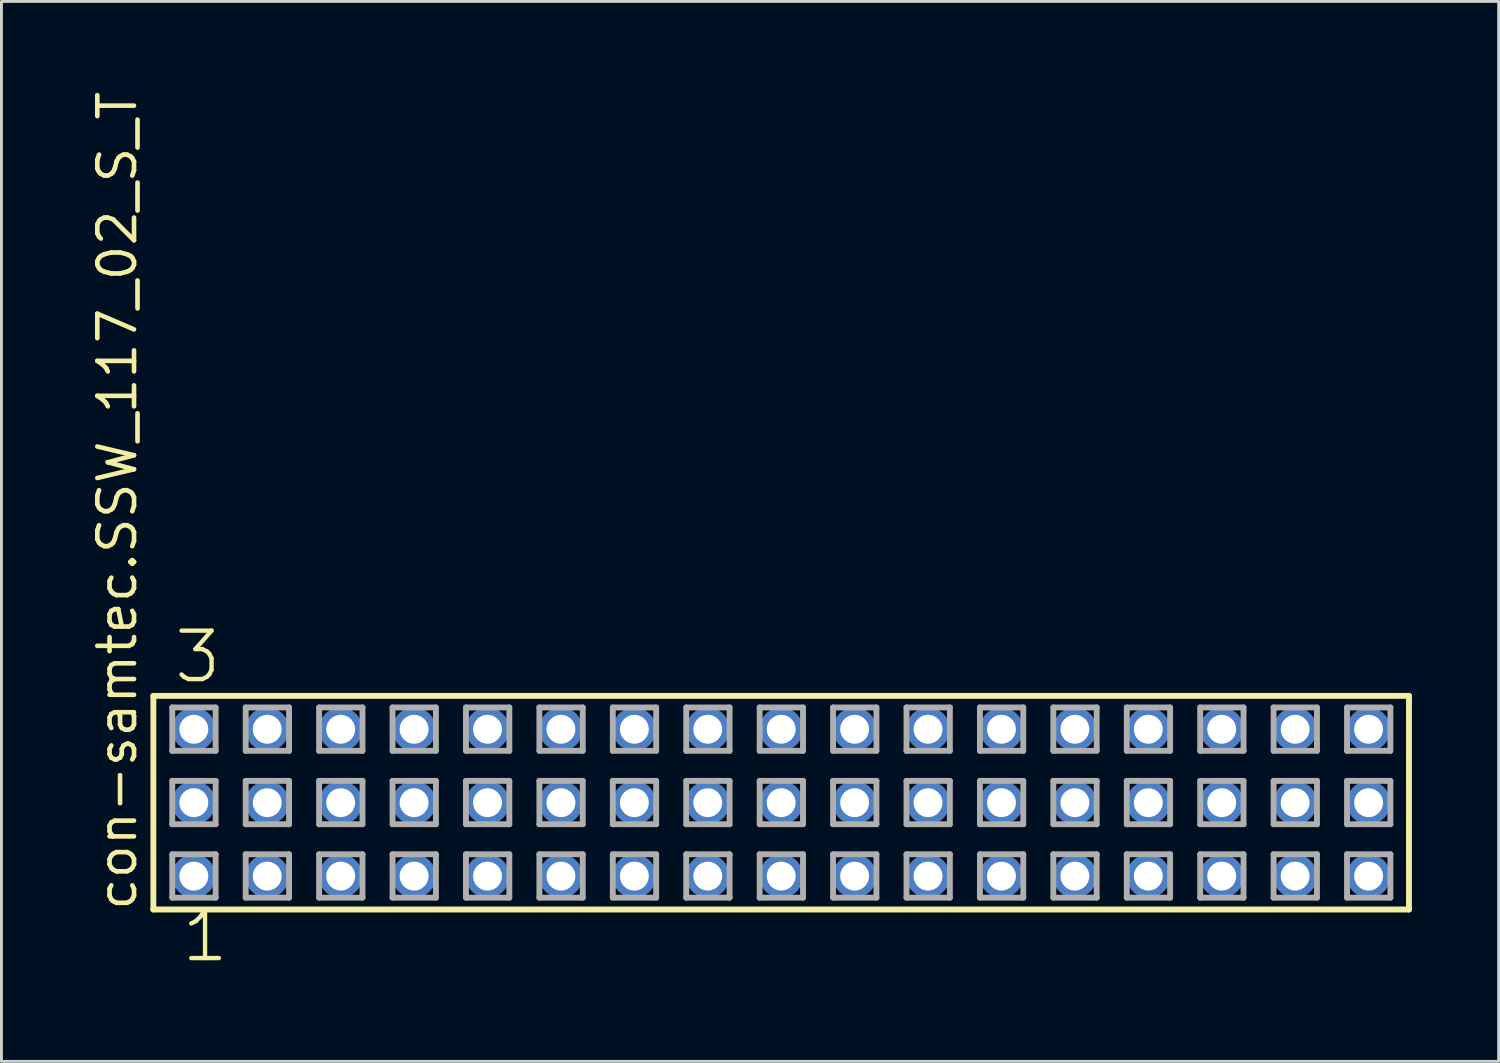
<source format=kicad_pcb>
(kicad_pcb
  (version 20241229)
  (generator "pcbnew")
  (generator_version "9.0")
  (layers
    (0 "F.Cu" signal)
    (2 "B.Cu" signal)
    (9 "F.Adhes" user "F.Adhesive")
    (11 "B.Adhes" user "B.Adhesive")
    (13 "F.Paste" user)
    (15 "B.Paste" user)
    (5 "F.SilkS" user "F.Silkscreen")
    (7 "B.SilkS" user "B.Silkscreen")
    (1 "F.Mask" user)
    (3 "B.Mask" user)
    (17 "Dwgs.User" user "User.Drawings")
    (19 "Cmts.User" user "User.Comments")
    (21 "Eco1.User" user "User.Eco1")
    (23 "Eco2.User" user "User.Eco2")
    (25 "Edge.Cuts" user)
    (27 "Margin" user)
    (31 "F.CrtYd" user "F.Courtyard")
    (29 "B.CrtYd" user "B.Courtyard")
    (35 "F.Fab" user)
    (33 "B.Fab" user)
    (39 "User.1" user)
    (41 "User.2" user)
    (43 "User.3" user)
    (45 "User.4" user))
  (footprint "con-samtec.SSW_117_02_S_T"
    (layer "F.Cu")
    (at 23.975 24.719)
    (property "Reference" "con-samtec.SSW_117_02_S_T" (at -22.225 3.81 90) (layer "F.SilkS") (effects (font (size 1.27 1.27) (thickness 0.16)) (justify left bottom)))
    (attr through_hole)
    (fp_line (start -21.719 -3.695) (end 21.719 -3.695) (stroke (width 0.203) (type default)) (layer "F.SilkS"))
    (fp_line (start -21.719 3.695) (end -21.719 -3.695) (stroke (width 0.203) (type default)) (layer "F.SilkS"))
    (fp_line (start 21.719 -3.695) (end 21.719 3.695) (stroke (width 0.203) (type default)) (layer "F.SilkS"))
    (fp_line (start 21.719 3.695) (end -21.719 3.695) (stroke (width 0.203) (type default)) (layer "F.SilkS"))
    (fp_line (start -21.065 -3.295) (end -19.565 -3.295) (stroke (width 0.203) (type default)) (layer "F.Fab"))
    (fp_line (start -21.065 -1.795) (end -21.065 -3.295) (stroke (width 0.203) (type default)) (layer "F.Fab"))
    (fp_line (start -21.065 -0.755) (end -19.565 -0.755) (stroke (width 0.203) (type default)) (layer "F.Fab"))
    (fp_line (start -21.065 0.745) (end -21.065 -0.755) (stroke (width 0.203) (type default)) (layer "F.Fab"))
    (fp_line (start -21.065 1.785) (end -19.565 1.785) (stroke (width 0.203) (type default)) (layer "F.Fab"))
    (fp_line (start -21.065 3.285) (end -21.065 1.785) (stroke (width 0.203) (type default)) (layer "F.Fab"))
    (fp_line (start -19.565 -3.295) (end -19.565 -1.795) (stroke (width 0.203) (type default)) (layer "F.Fab"))
    (fp_line (start -19.565 -1.795) (end -21.065 -1.795) (stroke (width 0.203) (type default)) (layer "F.Fab"))
    (fp_line (start -19.565 -0.755) (end -19.565 0.745) (stroke (width 0.203) (type default)) (layer "F.Fab"))
    (fp_line (start -19.565 0.745) (end -21.065 0.745) (stroke (width 0.203) (type default)) (layer "F.Fab"))
    (fp_line (start -19.565 1.785) (end -19.565 3.285) (stroke (width 0.203) (type default)) (layer "F.Fab"))
    (fp_line (start -19.565 3.285) (end -21.065 3.285) (stroke (width 0.203) (type default)) (layer "F.Fab"))
    (fp_line (start -18.525 -3.295) (end -17.025 -3.295) (stroke (width 0.203) (type default)) (layer "F.Fab"))
    (fp_line (start -18.525 -1.795) (end -18.525 -3.295) (stroke (width 0.203) (type default)) (layer "F.Fab"))
    (fp_line (start -18.525 -0.755) (end -17.025 -0.755) (stroke (width 0.203) (type default)) (layer "F.Fab"))
    (fp_line (start -18.525 0.745) (end -18.525 -0.755) (stroke (width 0.203) (type default)) (layer "F.Fab"))
    (fp_line (start -18.525 1.785) (end -17.025 1.785) (stroke (width 0.203) (type default)) (layer "F.Fab"))
    (fp_line (start -18.525 3.285) (end -18.525 1.785) (stroke (width 0.203) (type default)) (layer "F.Fab"))
    (fp_line (start -17.025 -3.295) (end -17.025 -1.795) (stroke (width 0.203) (type default)) (layer "F.Fab"))
    (fp_line (start -17.025 -1.795) (end -18.525 -1.795) (stroke (width 0.203) (type default)) (layer "F.Fab"))
    (fp_line (start -17.025 -0.755) (end -17.025 0.745) (stroke (width 0.203) (type default)) (layer "F.Fab"))
    (fp_line (start -17.025 0.745) (end -18.525 0.745) (stroke (width 0.203) (type default)) (layer "F.Fab"))
    (fp_line (start -17.025 1.785) (end -17.025 3.285) (stroke (width 0.203) (type default)) (layer "F.Fab"))
    (fp_line (start -17.025 3.285) (end -18.525 3.285) (stroke (width 0.203) (type default)) (layer "F.Fab"))
    (fp_line (start -15.985 -3.295) (end -14.485 -3.295) (stroke (width 0.203) (type default)) (layer "F.Fab"))
    (fp_line (start -15.985 -1.795) (end -15.985 -3.295) (stroke (width 0.203) (type default)) (layer "F.Fab"))
    (fp_line (start -15.985 -0.755) (end -14.485 -0.755) (stroke (width 0.203) (type default)) (layer "F.Fab"))
    (fp_line (start -15.985 0.745) (end -15.985 -0.755) (stroke (width 0.203) (type default)) (layer "F.Fab"))
    (fp_line (start -15.985 1.785) (end -14.485 1.785) (stroke (width 0.203) (type default)) (layer "F.Fab"))
    (fp_line (start -15.985 3.285) (end -15.985 1.785) (stroke (width 0.203) (type default)) (layer "F.Fab"))
    (fp_line (start -14.485 -3.295) (end -14.485 -1.795) (stroke (width 0.203) (type default)) (layer "F.Fab"))
    (fp_line (start -14.485 -1.795) (end -15.985 -1.795) (stroke (width 0.203) (type default)) (layer "F.Fab"))
    (fp_line (start -14.485 -0.755) (end -14.485 0.745) (stroke (width 0.203) (type default)) (layer "F.Fab"))
    (fp_line (start -14.485 0.745) (end -15.985 0.745) (stroke (width 0.203) (type default)) (layer "F.Fab"))
    (fp_line (start -14.485 1.785) (end -14.485 3.285) (stroke (width 0.203) (type default)) (layer "F.Fab"))
    (fp_line (start -14.485 3.285) (end -15.985 3.285) (stroke (width 0.203) (type default)) (layer "F.Fab"))
    (fp_line (start -13.445 -3.295) (end -11.945 -3.295) (stroke (width 0.203) (type default)) (layer "F.Fab"))
    (fp_line (start -13.445 -1.795) (end -13.445 -3.295) (stroke (width 0.203) (type default)) (layer "F.Fab"))
    (fp_line (start -13.445 -0.755) (end -11.945 -0.755) (stroke (width 0.203) (type default)) (layer "F.Fab"))
    (fp_line (start -13.445 0.745) (end -13.445 -0.755) (stroke (width 0.203) (type default)) (layer "F.Fab"))
    (fp_line (start -13.445 1.785) (end -11.945 1.785) (stroke (width 0.203) (type default)) (layer "F.Fab"))
    (fp_line (start -13.445 3.285) (end -13.445 1.785) (stroke (width 0.203) (type default)) (layer "F.Fab"))
    (fp_line (start -11.945 -3.295) (end -11.945 -1.795) (stroke (width 0.203) (type default)) (layer "F.Fab"))
    (fp_line (start -11.945 -1.795) (end -13.445 -1.795) (stroke (width 0.203) (type default)) (layer "F.Fab"))
    (fp_line (start -11.945 -0.755) (end -11.945 0.745) (stroke (width 0.203) (type default)) (layer "F.Fab"))
    (fp_line (start -11.945 0.745) (end -13.445 0.745) (stroke (width 0.203) (type default)) (layer "F.Fab"))
    (fp_line (start -11.945 1.785) (end -11.945 3.285) (stroke (width 0.203) (type default)) (layer "F.Fab"))
    (fp_line (start -11.945 3.285) (end -13.445 3.285) (stroke (width 0.203) (type default)) (layer "F.Fab"))
    (fp_line (start -10.905 -3.295) (end -9.405 -3.295) (stroke (width 0.203) (type default)) (layer "F.Fab"))
    (fp_line (start -10.905 -1.795) (end -10.905 -3.295) (stroke (width 0.203) (type default)) (layer "F.Fab"))
    (fp_line (start -10.905 -0.755) (end -9.405 -0.755) (stroke (width 0.203) (type default)) (layer "F.Fab"))
    (fp_line (start -10.905 0.745) (end -10.905 -0.755) (stroke (width 0.203) (type default)) (layer "F.Fab"))
    (fp_line (start -10.905 1.785) (end -9.405 1.785) (stroke (width 0.203) (type default)) (layer "F.Fab"))
    (fp_line (start -10.905 3.285) (end -10.905 1.785) (stroke (width 0.203) (type default)) (layer "F.Fab"))
    (fp_line (start -9.405 -3.295) (end -9.405 -1.795) (stroke (width 0.203) (type default)) (layer "F.Fab"))
    (fp_line (start -9.405 -1.795) (end -10.905 -1.795) (stroke (width 0.203) (type default)) (layer "F.Fab"))
    (fp_line (start -9.405 -0.755) (end -9.405 0.745) (stroke (width 0.203) (type default)) (layer "F.Fab"))
    (fp_line (start -9.405 0.745) (end -10.905 0.745) (stroke (width 0.203) (type default)) (layer "F.Fab"))
    (fp_line (start -9.405 1.785) (end -9.405 3.285) (stroke (width 0.203) (type default)) (layer "F.Fab"))
    (fp_line (start -9.405 3.285) (end -10.905 3.285) (stroke (width 0.203) (type default)) (layer "F.Fab"))
    (fp_line (start -8.365 -3.295) (end -6.865 -3.295) (stroke (width 0.203) (type default)) (layer "F.Fab"))
    (fp_line (start -8.365 -1.795) (end -8.365 -3.295) (stroke (width 0.203) (type default)) (layer "F.Fab"))
    (fp_line (start -8.365 -0.755) (end -6.865 -0.755) (stroke (width 0.203) (type default)) (layer "F.Fab"))
    (fp_line (start -8.365 0.745) (end -8.365 -0.755) (stroke (width 0.203) (type default)) (layer "F.Fab"))
    (fp_line (start -8.365 1.785) (end -6.865 1.785) (stroke (width 0.203) (type default)) (layer "F.Fab"))
    (fp_line (start -8.365 3.285) (end -8.365 1.785) (stroke (width 0.203) (type default)) (layer "F.Fab"))
    (fp_line (start -6.865 -3.295) (end -6.865 -1.795) (stroke (width 0.203) (type default)) (layer "F.Fab"))
    (fp_line (start -6.865 -1.795) (end -8.365 -1.795) (stroke (width 0.203) (type default)) (layer "F.Fab"))
    (fp_line (start -6.865 -0.755) (end -6.865 0.745) (stroke (width 0.203) (type default)) (layer "F.Fab"))
    (fp_line (start -6.865 0.745) (end -8.365 0.745) (stroke (width 0.203) (type default)) (layer "F.Fab"))
    (fp_line (start -6.865 1.785) (end -6.865 3.285) (stroke (width 0.203) (type default)) (layer "F.Fab"))
    (fp_line (start -6.865 3.285) (end -8.365 3.285) (stroke (width 0.203) (type default)) (layer "F.Fab"))
    (fp_line (start -5.825 -3.295) (end -4.325 -3.295) (stroke (width 0.203) (type default)) (layer "F.Fab"))
    (fp_line (start -5.825 -1.795) (end -5.825 -3.295) (stroke (width 0.203) (type default)) (layer "F.Fab"))
    (fp_line (start -5.825 -0.755) (end -4.325 -0.755) (stroke (width 0.203) (type default)) (layer "F.Fab"))
    (fp_line (start -5.825 0.745) (end -5.825 -0.755) (stroke (width 0.203) (type default)) (layer "F.Fab"))
    (fp_line (start -5.825 1.785) (end -4.325 1.785) (stroke (width 0.203) (type default)) (layer "F.Fab"))
    (fp_line (start -5.825 3.285) (end -5.825 1.785) (stroke (width 0.203) (type default)) (layer "F.Fab"))
    (fp_line (start -4.325 -3.295) (end -4.325 -1.795) (stroke (width 0.203) (type default)) (layer "F.Fab"))
    (fp_line (start -4.325 -1.795) (end -5.825 -1.795) (stroke (width 0.203) (type default)) (layer "F.Fab"))
    (fp_line (start -4.325 -0.755) (end -4.325 0.745) (stroke (width 0.203) (type default)) (layer "F.Fab"))
    (fp_line (start -4.325 0.745) (end -5.825 0.745) (stroke (width 0.203) (type default)) (layer "F.Fab"))
    (fp_line (start -4.325 1.785) (end -4.325 3.285) (stroke (width 0.203) (type default)) (layer "F.Fab"))
    (fp_line (start -4.325 3.285) (end -5.825 3.285) (stroke (width 0.203) (type default)) (layer "F.Fab"))
    (fp_line (start -3.285 -3.295) (end -1.785 -3.295) (stroke (width 0.203) (type default)) (layer "F.Fab"))
    (fp_line (start -3.285 -1.795) (end -3.285 -3.295) (stroke (width 0.203) (type default)) (layer "F.Fab"))
    (fp_line (start -3.285 -0.755) (end -1.785 -0.755) (stroke (width 0.203) (type default)) (layer "F.Fab"))
    (fp_line (start -3.285 0.745) (end -3.285 -0.755) (stroke (width 0.203) (type default)) (layer "F.Fab"))
    (fp_line (start -3.285 1.785) (end -1.785 1.785) (stroke (width 0.203) (type default)) (layer "F.Fab"))
    (fp_line (start -3.285 3.285) (end -3.285 1.785) (stroke (width 0.203) (type default)) (layer "F.Fab"))
    (fp_line (start -1.785 -3.295) (end -1.785 -1.795) (stroke (width 0.203) (type default)) (layer "F.Fab"))
    (fp_line (start -1.785 -1.795) (end -3.285 -1.795) (stroke (width 0.203) (type default)) (layer "F.Fab"))
    (fp_line (start -1.785 -0.755) (end -1.785 0.745) (stroke (width 0.203) (type default)) (layer "F.Fab"))
    (fp_line (start -1.785 0.745) (end -3.285 0.745) (stroke (width 0.203) (type default)) (layer "F.Fab"))
    (fp_line (start -1.785 1.785) (end -1.785 3.285) (stroke (width 0.203) (type default)) (layer "F.Fab"))
    (fp_line (start -1.785 3.285) (end -3.285 3.285) (stroke (width 0.203) (type default)) (layer "F.Fab"))
    (fp_line (start -0.745 -3.295) (end 0.755 -3.295) (stroke (width 0.203) (type default)) (layer "F.Fab"))
    (fp_line (start -0.745 -1.795) (end -0.745 -3.295) (stroke (width 0.203) (type default)) (layer "F.Fab"))
    (fp_line (start -0.745 -0.755) (end 0.755 -0.755) (stroke (width 0.203) (type default)) (layer "F.Fab"))
    (fp_line (start -0.745 0.745) (end -0.745 -0.755) (stroke (width 0.203) (type default)) (layer "F.Fab"))
    (fp_line (start -0.745 1.785) (end 0.755 1.785) (stroke (width 0.203) (type default)) (layer "F.Fab"))
    (fp_line (start -0.745 3.285) (end -0.745 1.785) (stroke (width 0.203) (type default)) (layer "F.Fab"))
    (fp_line (start 0.755 -3.295) (end 0.755 -1.795) (stroke (width 0.203) (type default)) (layer "F.Fab"))
    (fp_line (start 0.755 -1.795) (end -0.745 -1.795) (stroke (width 0.203) (type default)) (layer "F.Fab"))
    (fp_line (start 0.755 -0.755) (end 0.755 0.745) (stroke (width 0.203) (type default)) (layer "F.Fab"))
    (fp_line (start 0.755 0.745) (end -0.745 0.745) (stroke (width 0.203) (type default)) (layer "F.Fab"))
    (fp_line (start 0.755 1.785) (end 0.755 3.285) (stroke (width 0.203) (type default)) (layer "F.Fab"))
    (fp_line (start 0.755 3.285) (end -0.745 3.285) (stroke (width 0.203) (type default)) (layer "F.Fab"))
    (fp_line (start 1.795 -3.295) (end 3.295 -3.295) (stroke (width 0.203) (type default)) (layer "F.Fab"))
    (fp_line (start 1.795 -1.795) (end 1.795 -3.295) (stroke (width 0.203) (type default)) (layer "F.Fab"))
    (fp_line (start 1.795 -0.755) (end 3.295 -0.755) (stroke (width 0.203) (type default)) (layer "F.Fab"))
    (fp_line (start 1.795 0.745) (end 1.795 -0.755) (stroke (width 0.203) (type default)) (layer "F.Fab"))
    (fp_line (start 1.795 1.785) (end 3.295 1.785) (stroke (width 0.203) (type default)) (layer "F.Fab"))
    (fp_line (start 1.795 3.285) (end 1.795 1.785) (stroke (width 0.203) (type default)) (layer "F.Fab"))
    (fp_line (start 3.295 -3.295) (end 3.295 -1.795) (stroke (width 0.203) (type default)) (layer "F.Fab"))
    (fp_line (start 3.295 -1.795) (end 1.795 -1.795) (stroke (width 0.203) (type default)) (layer "F.Fab"))
    (fp_line (start 3.295 -0.755) (end 3.295 0.745) (stroke (width 0.203) (type default)) (layer "F.Fab"))
    (fp_line (start 3.295 0.745) (end 1.795 0.745) (stroke (width 0.203) (type default)) (layer "F.Fab"))
    (fp_line (start 3.295 1.785) (end 3.295 3.285) (stroke (width 0.203) (type default)) (layer "F.Fab"))
    (fp_line (start 3.295 3.285) (end 1.795 3.285) (stroke (width 0.203) (type default)) (layer "F.Fab"))
    (fp_line (start 4.335 -3.295) (end 5.835 -3.295) (stroke (width 0.203) (type default)) (layer "F.Fab"))
    (fp_line (start 4.335 -1.795) (end 4.335 -3.295) (stroke (width 0.203) (type default)) (layer "F.Fab"))
    (fp_line (start 4.335 -0.755) (end 5.835 -0.755) (stroke (width 0.203) (type default)) (layer "F.Fab"))
    (fp_line (start 4.335 0.745) (end 4.335 -0.755) (stroke (width 0.203) (type default)) (layer "F.Fab"))
    (fp_line (start 4.335 1.785) (end 5.835 1.785) (stroke (width 0.203) (type default)) (layer "F.Fab"))
    (fp_line (start 4.335 3.285) (end 4.335 1.785) (stroke (width 0.203) (type default)) (layer "F.Fab"))
    (fp_line (start 5.835 -3.295) (end 5.835 -1.795) (stroke (width 0.203) (type default)) (layer "F.Fab"))
    (fp_line (start 5.835 -1.795) (end 4.335 -1.795) (stroke (width 0.203) (type default)) (layer "F.Fab"))
    (fp_line (start 5.835 -0.755) (end 5.835 0.745) (stroke (width 0.203) (type default)) (layer "F.Fab"))
    (fp_line (start 5.835 0.745) (end 4.335 0.745) (stroke (width 0.203) (type default)) (layer "F.Fab"))
    (fp_line (start 5.835 1.785) (end 5.835 3.285) (stroke (width 0.203) (type default)) (layer "F.Fab"))
    (fp_line (start 5.835 3.285) (end 4.335 3.285) (stroke (width 0.203) (type default)) (layer "F.Fab"))
    (fp_line (start 6.875 -3.295) (end 8.375 -3.295) (stroke (width 0.203) (type default)) (layer "F.Fab"))
    (fp_line (start 6.875 -1.795) (end 6.875 -3.295) (stroke (width 0.203) (type default)) (layer "F.Fab"))
    (fp_line (start 6.875 -0.755) (end 8.375 -0.755) (stroke (width 0.203) (type default)) (layer "F.Fab"))
    (fp_line (start 6.875 0.745) (end 6.875 -0.755) (stroke (width 0.203) (type default)) (layer "F.Fab"))
    (fp_line (start 6.875 1.785) (end 8.375 1.785) (stroke (width 0.203) (type default)) (layer "F.Fab"))
    (fp_line (start 6.875 3.285) (end 6.875 1.785) (stroke (width 0.203) (type default)) (layer "F.Fab"))
    (fp_line (start 8.375 -3.295) (end 8.375 -1.795) (stroke (width 0.203) (type default)) (layer "F.Fab"))
    (fp_line (start 8.375 -1.795) (end 6.875 -1.795) (stroke (width 0.203) (type default)) (layer "F.Fab"))
    (fp_line (start 8.375 -0.755) (end 8.375 0.745) (stroke (width 0.203) (type default)) (layer "F.Fab"))
    (fp_line (start 8.375 0.745) (end 6.875 0.745) (stroke (width 0.203) (type default)) (layer "F.Fab"))
    (fp_line (start 8.375 1.785) (end 8.375 3.285) (stroke (width 0.203) (type default)) (layer "F.Fab"))
    (fp_line (start 8.375 3.285) (end 6.875 3.285) (stroke (width 0.203) (type default)) (layer "F.Fab"))
    (fp_line (start 9.415 -3.295) (end 10.915 -3.295) (stroke (width 0.203) (type default)) (layer "F.Fab"))
    (fp_line (start 9.415 -1.795) (end 9.415 -3.295) (stroke (width 0.203) (type default)) (layer "F.Fab"))
    (fp_line (start 9.415 -0.755) (end 10.915 -0.755) (stroke (width 0.203) (type default)) (layer "F.Fab"))
    (fp_line (start 9.415 0.745) (end 9.415 -0.755) (stroke (width 0.203) (type default)) (layer "F.Fab"))
    (fp_line (start 9.415 1.785) (end 10.915 1.785) (stroke (width 0.203) (type default)) (layer "F.Fab"))
    (fp_line (start 9.415 3.285) (end 9.415 1.785) (stroke (width 0.203) (type default)) (layer "F.Fab"))
    (fp_line (start 10.915 -3.295) (end 10.915 -1.795) (stroke (width 0.203) (type default)) (layer "F.Fab"))
    (fp_line (start 10.915 -1.795) (end 9.415 -1.795) (stroke (width 0.203) (type default)) (layer "F.Fab"))
    (fp_line (start 10.915 -0.755) (end 10.915 0.745) (stroke (width 0.203) (type default)) (layer "F.Fab"))
    (fp_line (start 10.915 0.745) (end 9.415 0.745) (stroke (width 0.203) (type default)) (layer "F.Fab"))
    (fp_line (start 10.915 1.785) (end 10.915 3.285) (stroke (width 0.203) (type default)) (layer "F.Fab"))
    (fp_line (start 10.915 3.285) (end 9.415 3.285) (stroke (width 0.203) (type default)) (layer "F.Fab"))
    (fp_line (start 11.955 -3.295) (end 13.455 -3.295) (stroke (width 0.203) (type default)) (layer "F.Fab"))
    (fp_line (start 11.955 -1.795) (end 11.955 -3.295) (stroke (width 0.203) (type default)) (layer "F.Fab"))
    (fp_line (start 11.955 -0.755) (end 13.455 -0.755) (stroke (width 0.203) (type default)) (layer "F.Fab"))
    (fp_line (start 11.955 0.745) (end 11.955 -0.755) (stroke (width 0.203) (type default)) (layer "F.Fab"))
    (fp_line (start 11.955 1.785) (end 13.455 1.785) (stroke (width 0.203) (type default)) (layer "F.Fab"))
    (fp_line (start 11.955 3.285) (end 11.955 1.785) (stroke (width 0.203) (type default)) (layer "F.Fab"))
    (fp_line (start 13.455 -3.295) (end 13.455 -1.795) (stroke (width 0.203) (type default)) (layer "F.Fab"))
    (fp_line (start 13.455 -1.795) (end 11.955 -1.795) (stroke (width 0.203) (type default)) (layer "F.Fab"))
    (fp_line (start 13.455 -0.755) (end 13.455 0.745) (stroke (width 0.203) (type default)) (layer "F.Fab"))
    (fp_line (start 13.455 0.745) (end 11.955 0.745) (stroke (width 0.203) (type default)) (layer "F.Fab"))
    (fp_line (start 13.455 1.785) (end 13.455 3.285) (stroke (width 0.203) (type default)) (layer "F.Fab"))
    (fp_line (start 13.455 3.285) (end 11.955 3.285) (stroke (width 0.203) (type default)) (layer "F.Fab"))
    (fp_line (start 14.495 -3.295) (end 15.995 -3.295) (stroke (width 0.203) (type default)) (layer "F.Fab"))
    (fp_line (start 14.495 -1.795) (end 14.495 -3.295) (stroke (width 0.203) (type default)) (layer "F.Fab"))
    (fp_line (start 14.495 -0.755) (end 15.995 -0.755) (stroke (width 0.203) (type default)) (layer "F.Fab"))
    (fp_line (start 14.495 0.745) (end 14.495 -0.755) (stroke (width 0.203) (type default)) (layer "F.Fab"))
    (fp_line (start 14.495 1.785) (end 15.995 1.785) (stroke (width 0.203) (type default)) (layer "F.Fab"))
    (fp_line (start 14.495 3.285) (end 14.495 1.785) (stroke (width 0.203) (type default)) (layer "F.Fab"))
    (fp_line (start 15.995 -3.295) (end 15.995 -1.795) (stroke (width 0.203) (type default)) (layer "F.Fab"))
    (fp_line (start 15.995 -1.795) (end 14.495 -1.795) (stroke (width 0.203) (type default)) (layer "F.Fab"))
    (fp_line (start 15.995 -0.755) (end 15.995 0.745) (stroke (width 0.203) (type default)) (layer "F.Fab"))
    (fp_line (start 15.995 0.745) (end 14.495 0.745) (stroke (width 0.203) (type default)) (layer "F.Fab"))
    (fp_line (start 15.995 1.785) (end 15.995 3.285) (stroke (width 0.203) (type default)) (layer "F.Fab"))
    (fp_line (start 15.995 3.285) (end 14.495 3.285) (stroke (width 0.203) (type default)) (layer "F.Fab"))
    (fp_line (start 17.035 -3.295) (end 18.535 -3.295) (stroke (width 0.203) (type default)) (layer "F.Fab"))
    (fp_line (start 17.035 -1.795) (end 17.035 -3.295) (stroke (width 0.203) (type default)) (layer "F.Fab"))
    (fp_line (start 17.035 -0.755) (end 18.535 -0.755) (stroke (width 0.203) (type default)) (layer "F.Fab"))
    (fp_line (start 17.035 0.745) (end 17.035 -0.755) (stroke (width 0.203) (type default)) (layer "F.Fab"))
    (fp_line (start 17.035 1.785) (end 18.535 1.785) (stroke (width 0.203) (type default)) (layer "F.Fab"))
    (fp_line (start 17.035 3.285) (end 17.035 1.785) (stroke (width 0.203) (type default)) (layer "F.Fab"))
    (fp_line (start 18.535 -3.295) (end 18.535 -1.795) (stroke (width 0.203) (type default)) (layer "F.Fab"))
    (fp_line (start 18.535 -1.795) (end 17.035 -1.795) (stroke (width 0.203) (type default)) (layer "F.Fab"))
    (fp_line (start 18.535 -0.755) (end 18.535 0.745) (stroke (width 0.203) (type default)) (layer "F.Fab"))
    (fp_line (start 18.535 0.745) (end 17.035 0.745) (stroke (width 0.203) (type default)) (layer "F.Fab"))
    (fp_line (start 18.535 1.785) (end 18.535 3.285) (stroke (width 0.203) (type default)) (layer "F.Fab"))
    (fp_line (start 18.535 3.285) (end 17.035 3.285) (stroke (width 0.203) (type default)) (layer "F.Fab"))
    (fp_line (start 19.575 -3.295) (end 21.075 -3.295) (stroke (width 0.203) (type default)) (layer "F.Fab"))
    (fp_line (start 19.575 -1.795) (end 19.575 -3.295) (stroke (width 0.203) (type default)) (layer "F.Fab"))
    (fp_line (start 19.575 -0.755) (end 21.075 -0.755) (stroke (width 0.203) (type default)) (layer "F.Fab"))
    (fp_line (start 19.575 0.745) (end 19.575 -0.755) (stroke (width 0.203) (type default)) (layer "F.Fab"))
    (fp_line (start 19.575 1.785) (end 21.075 1.785) (stroke (width 0.203) (type default)) (layer "F.Fab"))
    (fp_line (start 19.575 3.285) (end 19.575 1.785) (stroke (width 0.203) (type default)) (layer "F.Fab"))
    (fp_line (start 21.075 -3.295) (end 21.075 -1.795) (stroke (width 0.203) (type default)) (layer "F.Fab"))
    (fp_line (start 21.075 -1.795) (end 19.575 -1.795) (stroke (width 0.203) (type default)) (layer "F.Fab"))
    (fp_line (start 21.075 -0.755) (end 21.075 0.745) (stroke (width 0.203) (type default)) (layer "F.Fab"))
    (fp_line (start 21.075 0.745) (end 19.575 0.745) (stroke (width 0.203) (type default)) (layer "F.Fab"))
    (fp_line (start 21.075 1.785) (end 21.075 3.285) (stroke (width 0.203) (type default)) (layer "F.Fab"))
    (fp_line (start 21.075 3.285) (end 19.575 3.285) (stroke (width 0.203) (type default)) (layer "F.Fab"))
    (fp_text user "3" (at -21.082 -4.064 0) (layer "F.SilkS") (effects (font (size 1.676 1.676) (thickness 0.15)) (justify left bottom)))
    (fp_text user "1" (at -20.828 5.588 0) (layer "F.SilkS") (effects (font (size 1.676 1.676) (thickness 0.15)) (justify left bottom)))
    (pad "1" thru_hole circle (at -20.32 2.54) (size 1.5 1.5) (drill 1) (layers "*.Cu" "*.Mask"))
    (pad "2" thru_hole circle (at -20.32 0) (size 1.5 1.5) (drill 1) (layers "*.Cu" "*.Mask"))
    (pad "3" thru_hole circle (at -20.32 -2.54) (size 1.5 1.5) (drill 1) (layers "*.Cu" "*.Mask"))
    (pad "4" thru_hole circle (at -17.78 2.54) (size 1.5 1.5) (drill 1) (layers "*.Cu" "*.Mask"))
    (pad "5" thru_hole circle (at -17.78 0) (size 1.5 1.5) (drill 1) (layers "*.Cu" "*.Mask"))
    (pad "6" thru_hole circle (at -17.78 -2.54) (size 1.5 1.5) (drill 1) (layers "*.Cu" "*.Mask"))
    (pad "7" thru_hole circle (at -15.24 2.54) (size 1.5 1.5) (drill 1) (layers "*.Cu" "*.Mask"))
    (pad "8" thru_hole circle (at -15.24 0) (size 1.5 1.5) (drill 1) (layers "*.Cu" "*.Mask"))
    (pad "9" thru_hole circle (at -15.24 -2.54) (size 1.5 1.5) (drill 1) (layers "*.Cu" "*.Mask"))
    (pad "10" thru_hole circle (at -12.7 2.54) (size 1.5 1.5) (drill 1) (layers "*.Cu" "*.Mask"))
    (pad "11" thru_hole circle (at -12.7 0) (size 1.5 1.5) (drill 1) (layers "*.Cu" "*.Mask"))
    (pad "12" thru_hole circle (at -12.7 -2.54) (size 1.5 1.5) (drill 1) (layers "*.Cu" "*.Mask"))
    (pad "13" thru_hole circle (at -10.16 2.54) (size 1.5 1.5) (drill 1) (layers "*.Cu" "*.Mask"))
    (pad "14" thru_hole circle (at -10.16 0) (size 1.5 1.5) (drill 1) (layers "*.Cu" "*.Mask"))
    (pad "15" thru_hole circle (at -10.16 -2.54) (size 1.5 1.5) (drill 1) (layers "*.Cu" "*.Mask"))
    (pad "16" thru_hole circle (at -7.62 2.54) (size 1.5 1.5) (drill 1) (layers "*.Cu" "*.Mask"))
    (pad "17" thru_hole circle (at -7.62 0) (size 1.5 1.5) (drill 1) (layers "*.Cu" "*.Mask"))
    (pad "18" thru_hole circle (at -7.62 -2.54) (size 1.5 1.5) (drill 1) (layers "*.Cu" "*.Mask"))
    (pad "19" thru_hole circle (at -5.08 2.54) (size 1.5 1.5) (drill 1) (layers "*.Cu" "*.Mask"))
    (pad "20" thru_hole circle (at -5.08 0) (size 1.5 1.5) (drill 1) (layers "*.Cu" "*.Mask"))
    (pad "21" thru_hole circle (at -5.08 -2.54) (size 1.5 1.5) (drill 1) (layers "*.Cu" "*.Mask"))
    (pad "22" thru_hole circle (at -2.54 2.54) (size 1.5 1.5) (drill 1) (layers "*.Cu" "*.Mask"))
    (pad "23" thru_hole circle (at -2.54 0) (size 1.5 1.5) (drill 1) (layers "*.Cu" "*.Mask"))
    (pad "24" thru_hole circle (at -2.54 -2.54) (size 1.5 1.5) (drill 1) (layers "*.Cu" "*.Mask"))
    (pad "25" thru_hole circle (at 0 2.54) (size 1.5 1.5) (drill 1) (layers "*.Cu" "*.Mask"))
    (pad "26" thru_hole circle (at 0 0) (size 1.5 1.5) (drill 1) (layers "*.Cu" "*.Mask"))
    (pad "27" thru_hole circle (at 0 -2.54) (size 1.5 1.5) (drill 1) (layers "*.Cu" "*.Mask"))
    (pad "28" thru_hole circle (at 2.54 2.54) (size 1.5 1.5) (drill 1) (layers "*.Cu" "*.Mask"))
    (pad "29" thru_hole circle (at 2.54 0) (size 1.5 1.5) (drill 1) (layers "*.Cu" "*.Mask"))
    (pad "30" thru_hole circle (at 2.54 -2.54) (size 1.5 1.5) (drill 1) (layers "*.Cu" "*.Mask"))
    (pad "31" thru_hole circle (at 5.08 2.54) (size 1.5 1.5) (drill 1) (layers "*.Cu" "*.Mask"))
    (pad "32" thru_hole circle (at 5.08 0) (size 1.5 1.5) (drill 1) (layers "*.Cu" "*.Mask"))
    (pad "33" thru_hole circle (at 5.08 -2.54) (size 1.5 1.5) (drill 1) (layers "*.Cu" "*.Mask"))
    (pad "34" thru_hole circle (at 7.62 2.54) (size 1.5 1.5) (drill 1) (layers "*.Cu" "*.Mask"))
    (pad "35" thru_hole circle (at 7.62 0) (size 1.5 1.5) (drill 1) (layers "*.Cu" "*.Mask"))
    (pad "36" thru_hole circle (at 7.62 -2.54) (size 1.5 1.5) (drill 1) (layers "*.Cu" "*.Mask"))
    (pad "37" thru_hole circle (at 10.16 2.54) (size 1.5 1.5) (drill 1) (layers "*.Cu" "*.Mask"))
    (pad "38" thru_hole circle (at 10.16 0) (size 1.5 1.5) (drill 1) (layers "*.Cu" "*.Mask"))
    (pad "39" thru_hole circle (at 10.16 -2.54) (size 1.5 1.5) (drill 1) (layers "*.Cu" "*.Mask"))
    (pad "40" thru_hole circle (at 12.7 2.54) (size 1.5 1.5) (drill 1) (layers "*.Cu" "*.Mask"))
    (pad "41" thru_hole circle (at 12.7 0) (size 1.5 1.5) (drill 1) (layers "*.Cu" "*.Mask"))
    (pad "42" thru_hole circle (at 12.7 -2.54) (size 1.5 1.5) (drill 1) (layers "*.Cu" "*.Mask"))
    (pad "43" thru_hole circle (at 15.24 2.54) (size 1.5 1.5) (drill 1) (layers "*.Cu" "*.Mask"))
    (pad "44" thru_hole circle (at 15.24 0) (size 1.5 1.5) (drill 1) (layers "*.Cu" "*.Mask"))
    (pad "45" thru_hole circle (at 15.24 -2.54) (size 1.5 1.5) (drill 1) (layers "*.Cu" "*.Mask"))
    (pad "46" thru_hole circle (at 17.78 2.54) (size 1.5 1.5) (drill 1) (layers "*.Cu" "*.Mask"))
    (pad "47" thru_hole circle (at 17.78 0) (size 1.5 1.5) (drill 1) (layers "*.Cu" "*.Mask"))
    (pad "48" thru_hole circle (at 17.78 -2.54) (size 1.5 1.5) (drill 1) (layers "*.Cu" "*.Mask"))
    (pad "49" thru_hole circle (at 20.32 2.54) (size 1.5 1.5) (drill 1) (layers "*.Cu" "*.Mask"))
    (pad "50" thru_hole circle (at 20.32 0) (size 1.5 1.5) (drill 1) (layers "*.Cu" "*.Mask"))
    (pad "51" thru_hole circle (at 20.32 -2.54) (size 1.5 1.5) (drill 1) (layers "*.Cu" "*.Mask")))
  (gr_rect
    (start -3 -3)
    (end 48.796 33.668)
    (stroke (width 0.1) (type default))
    (fill no)
    (layer "Edge.Cuts")))
</source>
